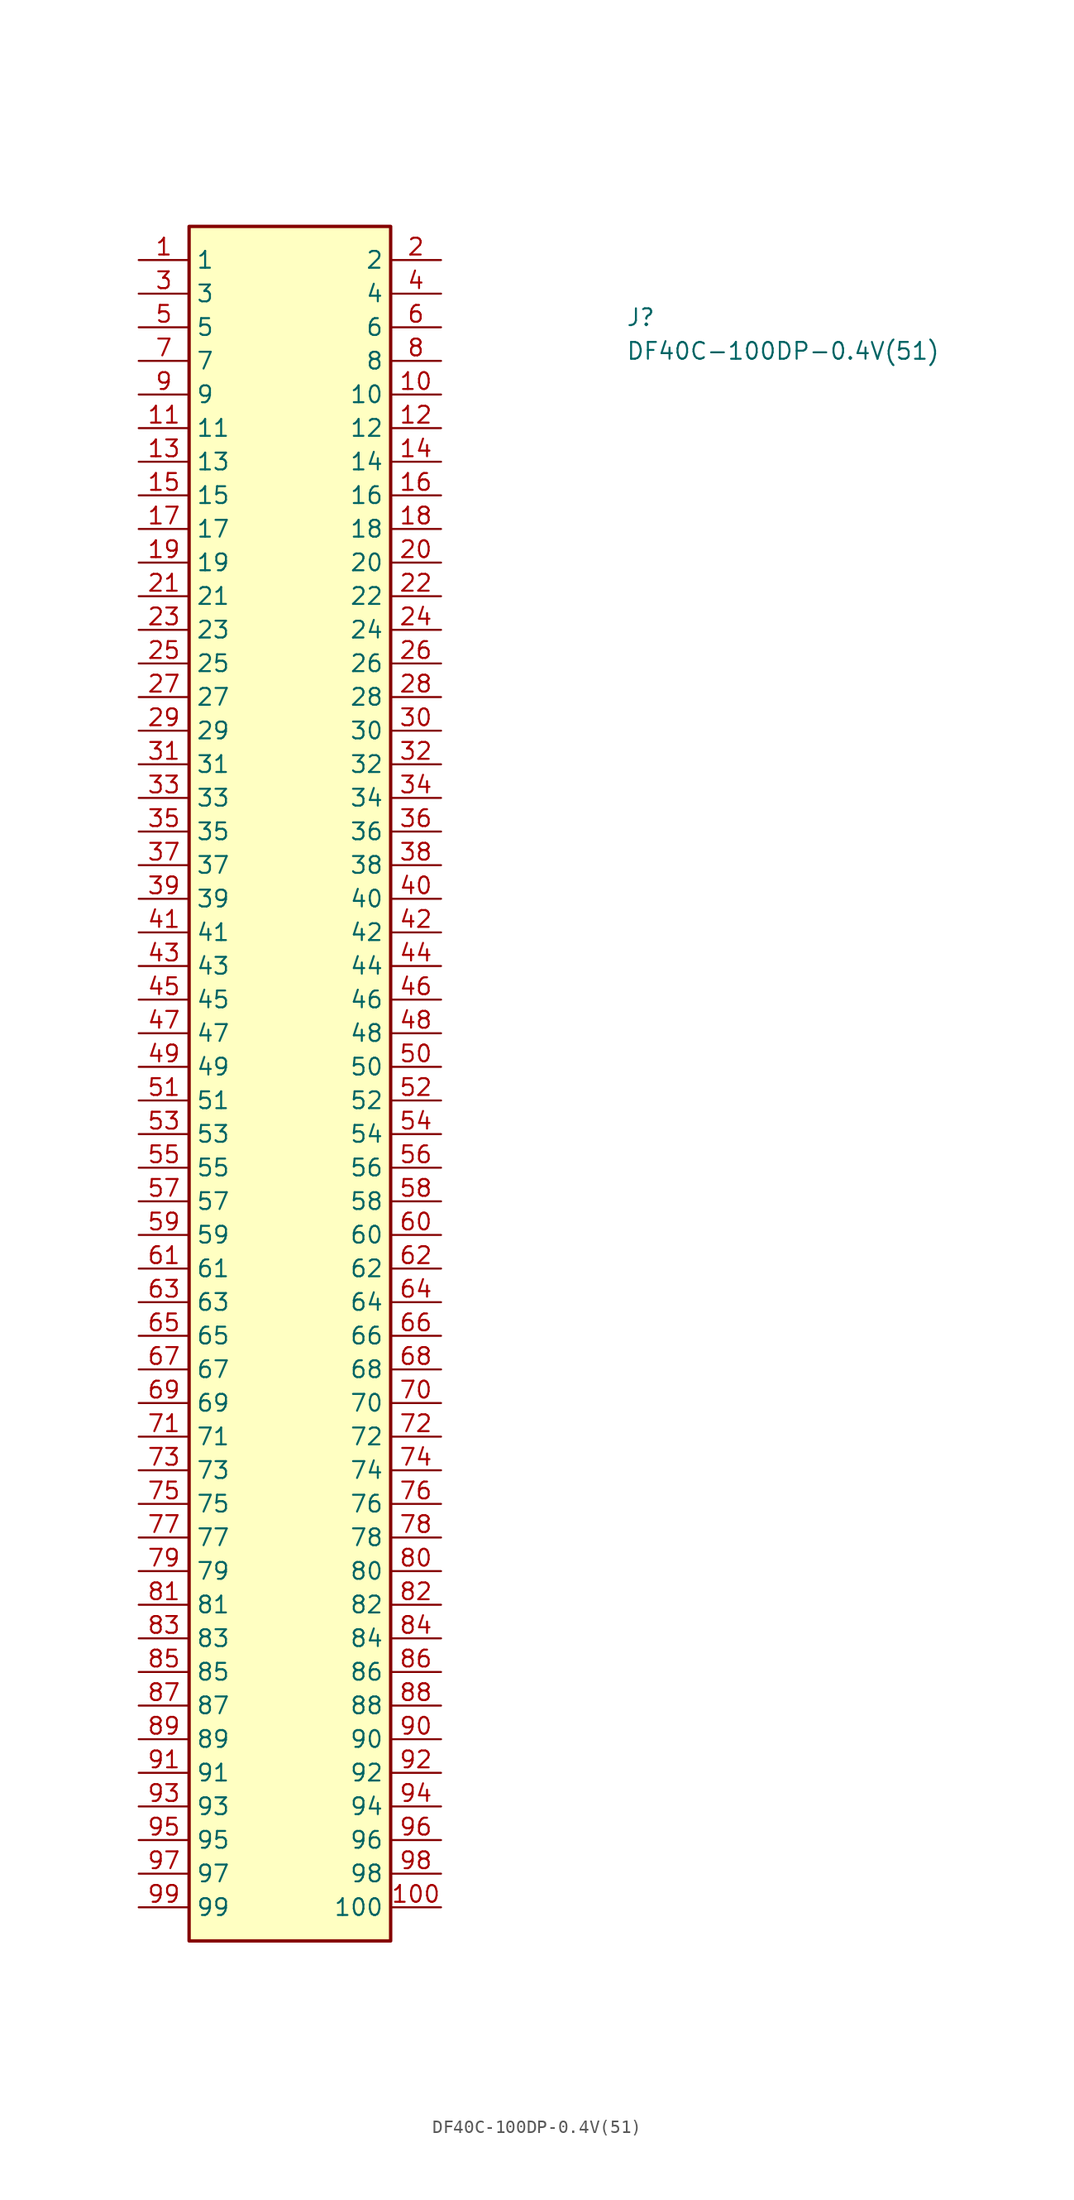
<source format=kicad_sym>
(kicad_symbol_lib
  (version 20211014)
  (generator kicad_symbol_editor)
  (symbol "DF40C-100DP-0.4V(51)"
    (property "Reference" "J"
      (at 36.83 -5.08 0)
      (effects (font (size 1.27 1.27) (thickness 0.15)) (justify left bottom)))
    (property "Value" "DF40C-100DP-0.4V(51)"
      (at 36.83 -7.62 0)
      (effects (font (size 1.27 1.27) (thickness 0.15)) (justify left bottom)))
    (symbol "DF40C-100DP-0.4V(51)_1_1"
      (rectangle (start 3.81 -127) (end 19.05 2.54) (stroke (width 0.254) (type default) (color 0 0 0 0)) (fill (type background)))
      (pin passive line (at 0 0 0) (length 3.81) (name "1" (effects (font (size 1.27 1.27)))) (number "1" (effects (font (size 1.27 1.27)))))
      (pin passive line (at 22.86 -10.16 180) (length 3.81) (name "10" (effects (font (size 1.27 1.27)))) (number "10" (effects (font (size 1.27 1.27)))))
      (pin passive line (at 22.86 -124.46 180) (length 3.81) (name "100" (effects (font (size 1.27 1.27)))) (number "100" (effects (font (size 1.27 1.27)))))
      (pin passive line (at 0 -12.7 0) (length 3.81) (name "11" (effects (font (size 1.27 1.27)))) (number "11" (effects (font (size 1.27 1.27)))))
      (pin passive line (at 22.86 -12.7 180) (length 3.81) (name "12" (effects (font (size 1.27 1.27)))) (number "12" (effects (font (size 1.27 1.27)))))
      (pin passive line (at 0 -15.24 0) (length 3.81) (name "13" (effects (font (size 1.27 1.27)))) (number "13" (effects (font (size 1.27 1.27)))))
      (pin passive line (at 22.86 -15.24 180) (length 3.81) (name "14" (effects (font (size 1.27 1.27)))) (number "14" (effects (font (size 1.27 1.27)))))
      (pin passive line (at 0 -17.78 0) (length 3.81) (name "15" (effects (font (size 1.27 1.27)))) (number "15" (effects (font (size 1.27 1.27)))))
      (pin passive line (at 22.86 -17.78 180) (length 3.81) (name "16" (effects (font (size 1.27 1.27)))) (number "16" (effects (font (size 1.27 1.27)))))
      (pin passive line (at 0 -20.32 0) (length 3.81) (name "17" (effects (font (size 1.27 1.27)))) (number "17" (effects (font (size 1.27 1.27)))))
      (pin passive line (at 22.86 -20.32 180) (length 3.81) (name "18" (effects (font (size 1.27 1.27)))) (number "18" (effects (font (size 1.27 1.27)))))
      (pin passive line (at 0 -22.86 0) (length 3.81) (name "19" (effects (font (size 1.27 1.27)))) (number "19" (effects (font (size 1.27 1.27)))))
      (pin passive line (at 22.86 0 180) (length 3.81) (name "2" (effects (font (size 1.27 1.27)))) (number "2" (effects (font (size 1.27 1.27)))))
      (pin passive line (at 22.86 -22.86 180) (length 3.81) (name "20" (effects (font (size 1.27 1.27)))) (number "20" (effects (font (size 1.27 1.27)))))
      (pin passive line (at 0 -25.4 0) (length 3.81) (name "21" (effects (font (size 1.27 1.27)))) (number "21" (effects (font (size 1.27 1.27)))))
      (pin passive line (at 22.86 -25.4 180) (length 3.81) (name "22" (effects (font (size 1.27 1.27)))) (number "22" (effects (font (size 1.27 1.27)))))
      (pin passive line (at 0 -27.94 0) (length 3.81) (name "23" (effects (font (size 1.27 1.27)))) (number "23" (effects (font (size 1.27 1.27)))))
      (pin passive line (at 22.86 -27.94 180) (length 3.81) (name "24" (effects (font (size 1.27 1.27)))) (number "24" (effects (font (size 1.27 1.27)))))
      (pin passive line (at 0 -30.48 0) (length 3.81) (name "25" (effects (font (size 1.27 1.27)))) (number "25" (effects (font (size 1.27 1.27)))))
      (pin passive line (at 22.86 -30.48 180) (length 3.81) (name "26" (effects (font (size 1.27 1.27)))) (number "26" (effects (font (size 1.27 1.27)))))
      (pin passive line (at 0 -33.02 0) (length 3.81) (name "27" (effects (font (size 1.27 1.27)))) (number "27" (effects (font (size 1.27 1.27)))))
      (pin passive line (at 22.86 -33.02 180) (length 3.81) (name "28" (effects (font (size 1.27 1.27)))) (number "28" (effects (font (size 1.27 1.27)))))
      (pin passive line (at 0 -35.56 0) (length 3.81) (name "29" (effects (font (size 1.27 1.27)))) (number "29" (effects (font (size 1.27 1.27)))))
      (pin passive line (at 0 -2.54 0) (length 3.81) (name "3" (effects (font (size 1.27 1.27)))) (number "3" (effects (font (size 1.27 1.27)))))
      (pin passive line (at 22.86 -35.56 180) (length 3.81) (name "30" (effects (font (size 1.27 1.27)))) (number "30" (effects (font (size 1.27 1.27)))))
      (pin passive line (at 0 -38.1 0) (length 3.81) (name "31" (effects (font (size 1.27 1.27)))) (number "31" (effects (font (size 1.27 1.27)))))
      (pin passive line (at 22.86 -38.1 180) (length 3.81) (name "32" (effects (font (size 1.27 1.27)))) (number "32" (effects (font (size 1.27 1.27)))))
      (pin passive line (at 0 -40.64 0) (length 3.81) (name "33" (effects (font (size 1.27 1.27)))) (number "33" (effects (font (size 1.27 1.27)))))
      (pin passive line (at 22.86 -40.64 180) (length 3.81) (name "34" (effects (font (size 1.27 1.27)))) (number "34" (effects (font (size 1.27 1.27)))))
      (pin passive line (at 0 -43.18 0) (length 3.81) (name "35" (effects (font (size 1.27 1.27)))) (number "35" (effects (font (size 1.27 1.27)))))
      (pin passive line (at 22.86 -43.18 180) (length 3.81) (name "36" (effects (font (size 1.27 1.27)))) (number "36" (effects (font (size 1.27 1.27)))))
      (pin passive line (at 0 -45.72 0) (length 3.81) (name "37" (effects (font (size 1.27 1.27)))) (number "37" (effects (font (size 1.27 1.27)))))
      (pin passive line (at 22.86 -45.72 180) (length 3.81) (name "38" (effects (font (size 1.27 1.27)))) (number "38" (effects (font (size 1.27 1.27)))))
      (pin passive line (at 0 -48.26 0) (length 3.81) (name "39" (effects (font (size 1.27 1.27)))) (number "39" (effects (font (size 1.27 1.27)))))
      (pin passive line (at 22.86 -2.54 180) (length 3.81) (name "4" (effects (font (size 1.27 1.27)))) (number "4" (effects (font (size 1.27 1.27)))))
      (pin passive line (at 22.86 -48.26 180) (length 3.81) (name "40" (effects (font (size 1.27 1.27)))) (number "40" (effects (font (size 1.27 1.27)))))
      (pin passive line (at 0 -50.8 0) (length 3.81) (name "41" (effects (font (size 1.27 1.27)))) (number "41" (effects (font (size 1.27 1.27)))))
      (pin passive line (at 22.86 -50.8 180) (length 3.81) (name "42" (effects (font (size 1.27 1.27)))) (number "42" (effects (font (size 1.27 1.27)))))
      (pin passive line (at 0 -53.34 0) (length 3.81) (name "43" (effects (font (size 1.27 1.27)))) (number "43" (effects (font (size 1.27 1.27)))))
      (pin passive line (at 22.86 -53.34 180) (length 3.81) (name "44" (effects (font (size 1.27 1.27)))) (number "44" (effects (font (size 1.27 1.27)))))
      (pin passive line (at 0 -55.88 0) (length 3.81) (name "45" (effects (font (size 1.27 1.27)))) (number "45" (effects (font (size 1.27 1.27)))))
      (pin passive line (at 22.86 -55.88 180) (length 3.81) (name "46" (effects (font (size 1.27 1.27)))) (number "46" (effects (font (size 1.27 1.27)))))
      (pin passive line (at 0 -58.42 0) (length 3.81) (name "47" (effects (font (size 1.27 1.27)))) (number "47" (effects (font (size 1.27 1.27)))))
      (pin passive line (at 22.86 -58.42 180) (length 3.81) (name "48" (effects (font (size 1.27 1.27)))) (number "48" (effects (font (size 1.27 1.27)))))
      (pin passive line (at 0 -60.96 0) (length 3.81) (name "49" (effects (font (size 1.27 1.27)))) (number "49" (effects (font (size 1.27 1.27)))))
      (pin passive line (at 0 -5.08 0) (length 3.81) (name "5" (effects (font (size 1.27 1.27)))) (number "5" (effects (font (size 1.27 1.27)))))
      (pin passive line (at 22.86 -60.96 180) (length 3.81) (name "50" (effects (font (size 1.27 1.27)))) (number "50" (effects (font (size 1.27 1.27)))))
      (pin passive line (at 0 -63.5 0) (length 3.81) (name "51" (effects (font (size 1.27 1.27)))) (number "51" (effects (font (size 1.27 1.27)))))
      (pin passive line (at 22.86 -63.5 180) (length 3.81) (name "52" (effects (font (size 1.27 1.27)))) (number "52" (effects (font (size 1.27 1.27)))))
      (pin passive line (at 0 -66.04 0) (length 3.81) (name "53" (effects (font (size 1.27 1.27)))) (number "53" (effects (font (size 1.27 1.27)))))
      (pin passive line (at 22.86 -66.04 180) (length 3.81) (name "54" (effects (font (size 1.27 1.27)))) (number "54" (effects (font (size 1.27 1.27)))))
      (pin passive line (at 0 -68.58 0) (length 3.81) (name "55" (effects (font (size 1.27 1.27)))) (number "55" (effects (font (size 1.27 1.27)))))
      (pin passive line (at 22.86 -68.58 180) (length 3.81) (name "56" (effects (font (size 1.27 1.27)))) (number "56" (effects (font (size 1.27 1.27)))))
      (pin passive line (at 0 -71.12 0) (length 3.81) (name "57" (effects (font (size 1.27 1.27)))) (number "57" (effects (font (size 1.27 1.27)))))
      (pin passive line (at 22.86 -71.12 180) (length 3.81) (name "58" (effects (font (size 1.27 1.27)))) (number "58" (effects (font (size 1.27 1.27)))))
      (pin passive line (at 0 -73.66 0) (length 3.81) (name "59" (effects (font (size 1.27 1.27)))) (number "59" (effects (font (size 1.27 1.27)))))
      (pin passive line (at 22.86 -5.08 180) (length 3.81) (name "6" (effects (font (size 1.27 1.27)))) (number "6" (effects (font (size 1.27 1.27)))))
      (pin passive line (at 22.86 -73.66 180) (length 3.81) (name "60" (effects (font (size 1.27 1.27)))) (number "60" (effects (font (size 1.27 1.27)))))
      (pin passive line (at 0 -76.2 0) (length 3.81) (name "61" (effects (font (size 1.27 1.27)))) (number "61" (effects (font (size 1.27 1.27)))))
      (pin passive line (at 22.86 -76.2 180) (length 3.81) (name "62" (effects (font (size 1.27 1.27)))) (number "62" (effects (font (size 1.27 1.27)))))
      (pin passive line (at 0 -78.74 0) (length 3.81) (name "63" (effects (font (size 1.27 1.27)))) (number "63" (effects (font (size 1.27 1.27)))))
      (pin passive line (at 22.86 -78.74 180) (length 3.81) (name "64" (effects (font (size 1.27 1.27)))) (number "64" (effects (font (size 1.27 1.27)))))
      (pin passive line (at 0 -81.28 0) (length 3.81) (name "65" (effects (font (size 1.27 1.27)))) (number "65" (effects (font (size 1.27 1.27)))))
      (pin passive line (at 22.86 -81.28 180) (length 3.81) (name "66" (effects (font (size 1.27 1.27)))) (number "66" (effects (font (size 1.27 1.27)))))
      (pin passive line (at 0 -83.82 0) (length 3.81) (name "67" (effects (font (size 1.27 1.27)))) (number "67" (effects (font (size 1.27 1.27)))))
      (pin passive line (at 22.86 -83.82 180) (length 3.81) (name "68" (effects (font (size 1.27 1.27)))) (number "68" (effects (font (size 1.27 1.27)))))
      (pin passive line (at 0 -86.36 0) (length 3.81) (name "69" (effects (font (size 1.27 1.27)))) (number "69" (effects (font (size 1.27 1.27)))))
      (pin passive line (at 0 -7.62 0) (length 3.81) (name "7" (effects (font (size 1.27 1.27)))) (number "7" (effects (font (size 1.27 1.27)))))
      (pin passive line (at 22.86 -86.36 180) (length 3.81) (name "70" (effects (font (size 1.27 1.27)))) (number "70" (effects (font (size 1.27 1.27)))))
      (pin passive line (at 0 -88.9 0) (length 3.81) (name "71" (effects (font (size 1.27 1.27)))) (number "71" (effects (font (size 1.27 1.27)))))
      (pin passive line (at 22.86 -88.9 180) (length 3.81) (name "72" (effects (font (size 1.27 1.27)))) (number "72" (effects (font (size 1.27 1.27)))))
      (pin passive line (at 0 -91.44 0) (length 3.81) (name "73" (effects (font (size 1.27 1.27)))) (number "73" (effects (font (size 1.27 1.27)))))
      (pin passive line (at 22.86 -91.44 180) (length 3.81) (name "74" (effects (font (size 1.27 1.27)))) (number "74" (effects (font (size 1.27 1.27)))))
      (pin passive line (at 0 -93.98 0) (length 3.81) (name "75" (effects (font (size 1.27 1.27)))) (number "75" (effects (font (size 1.27 1.27)))))
      (pin passive line (at 22.86 -93.98 180) (length 3.81) (name "76" (effects (font (size 1.27 1.27)))) (number "76" (effects (font (size 1.27 1.27)))))
      (pin passive line (at 0 -96.52 0) (length 3.81) (name "77" (effects (font (size 1.27 1.27)))) (number "77" (effects (font (size 1.27 1.27)))))
      (pin passive line (at 22.86 -96.52 180) (length 3.81) (name "78" (effects (font (size 1.27 1.27)))) (number "78" (effects (font (size 1.27 1.27)))))
      (pin passive line (at 0 -99.06 0) (length 3.81) (name "79" (effects (font (size 1.27 1.27)))) (number "79" (effects (font (size 1.27 1.27)))))
      (pin passive line (at 22.86 -7.62 180) (length 3.81) (name "8" (effects (font (size 1.27 1.27)))) (number "8" (effects (font (size 1.27 1.27)))))
      (pin passive line (at 22.86 -99.06 180) (length 3.81) (name "80" (effects (font (size 1.27 1.27)))) (number "80" (effects (font (size 1.27 1.27)))))
      (pin passive line (at 0 -101.6 0) (length 3.81) (name "81" (effects (font (size 1.27 1.27)))) (number "81" (effects (font (size 1.27 1.27)))))
      (pin passive line (at 22.86 -101.6 180) (length 3.81) (name "82" (effects (font (size 1.27 1.27)))) (number "82" (effects (font (size 1.27 1.27)))))
      (pin passive line (at 0 -104.14 0) (length 3.81) (name "83" (effects (font (size 1.27 1.27)))) (number "83" (effects (font (size 1.27 1.27)))))
      (pin passive line (at 22.86 -104.14 180) (length 3.81) (name "84" (effects (font (size 1.27 1.27)))) (number "84" (effects (font (size 1.27 1.27)))))
      (pin passive line (at 0 -106.68 0) (length 3.81) (name "85" (effects (font (size 1.27 1.27)))) (number "85" (effects (font (size 1.27 1.27)))))
      (pin passive line (at 22.86 -106.68 180) (length 3.81) (name "86" (effects (font (size 1.27 1.27)))) (number "86" (effects (font (size 1.27 1.27)))))
      (pin passive line (at 0 -109.22 0) (length 3.81) (name "87" (effects (font (size 1.27 1.27)))) (number "87" (effects (font (size 1.27 1.27)))))
      (pin passive line (at 22.86 -109.22 180) (length 3.81) (name "88" (effects (font (size 1.27 1.27)))) (number "88" (effects (font (size 1.27 1.27)))))
      (pin passive line (at 0 -111.76 0) (length 3.81) (name "89" (effects (font (size 1.27 1.27)))) (number "89" (effects (font (size 1.27 1.27)))))
      (pin passive line (at 0 -10.16 0) (length 3.81) (name "9" (effects (font (size 1.27 1.27)))) (number "9" (effects (font (size 1.27 1.27)))))
      (pin passive line (at 22.86 -111.76 180) (length 3.81) (name "90" (effects (font (size 1.27 1.27)))) (number "90" (effects (font (size 1.27 1.27)))))
      (pin passive line (at 0 -114.3 0) (length 3.81) (name "91" (effects (font (size 1.27 1.27)))) (number "91" (effects (font (size 1.27 1.27)))))
      (pin passive line (at 22.86 -114.3 180) (length 3.81) (name "92" (effects (font (size 1.27 1.27)))) (number "92" (effects (font (size 1.27 1.27)))))
      (pin passive line (at 0 -116.84 0) (length 3.81) (name "93" (effects (font (size 1.27 1.27)))) (number "93" (effects (font (size 1.27 1.27)))))
      (pin passive line (at 22.86 -116.84 180) (length 3.81) (name "94" (effects (font (size 1.27 1.27)))) (number "94" (effects (font (size 1.27 1.27)))))
      (pin passive line (at 0 -119.38 0) (length 3.81) (name "95" (effects (font (size 1.27 1.27)))) (number "95" (effects (font (size 1.27 1.27)))))
      (pin passive line (at 22.86 -119.38 180) (length 3.81) (name "96" (effects (font (size 1.27 1.27)))) (number "96" (effects (font (size 1.27 1.27)))))
      (pin passive line (at 0 -121.92 0) (length 3.81) (name "97" (effects (font (size 1.27 1.27)))) (number "97" (effects (font (size 1.27 1.27)))))
      (pin passive line (at 22.86 -121.92 180) (length 3.81) (name "98" (effects (font (size 1.27 1.27)))) (number "98" (effects (font (size 1.27 1.27)))))
      (pin passive line (at 0 -124.46 0) (length 3.81) (name "99" (effects (font (size 1.27 1.27)))) (number "99" (effects (font (size 1.27 1.27))))))))
</source>
